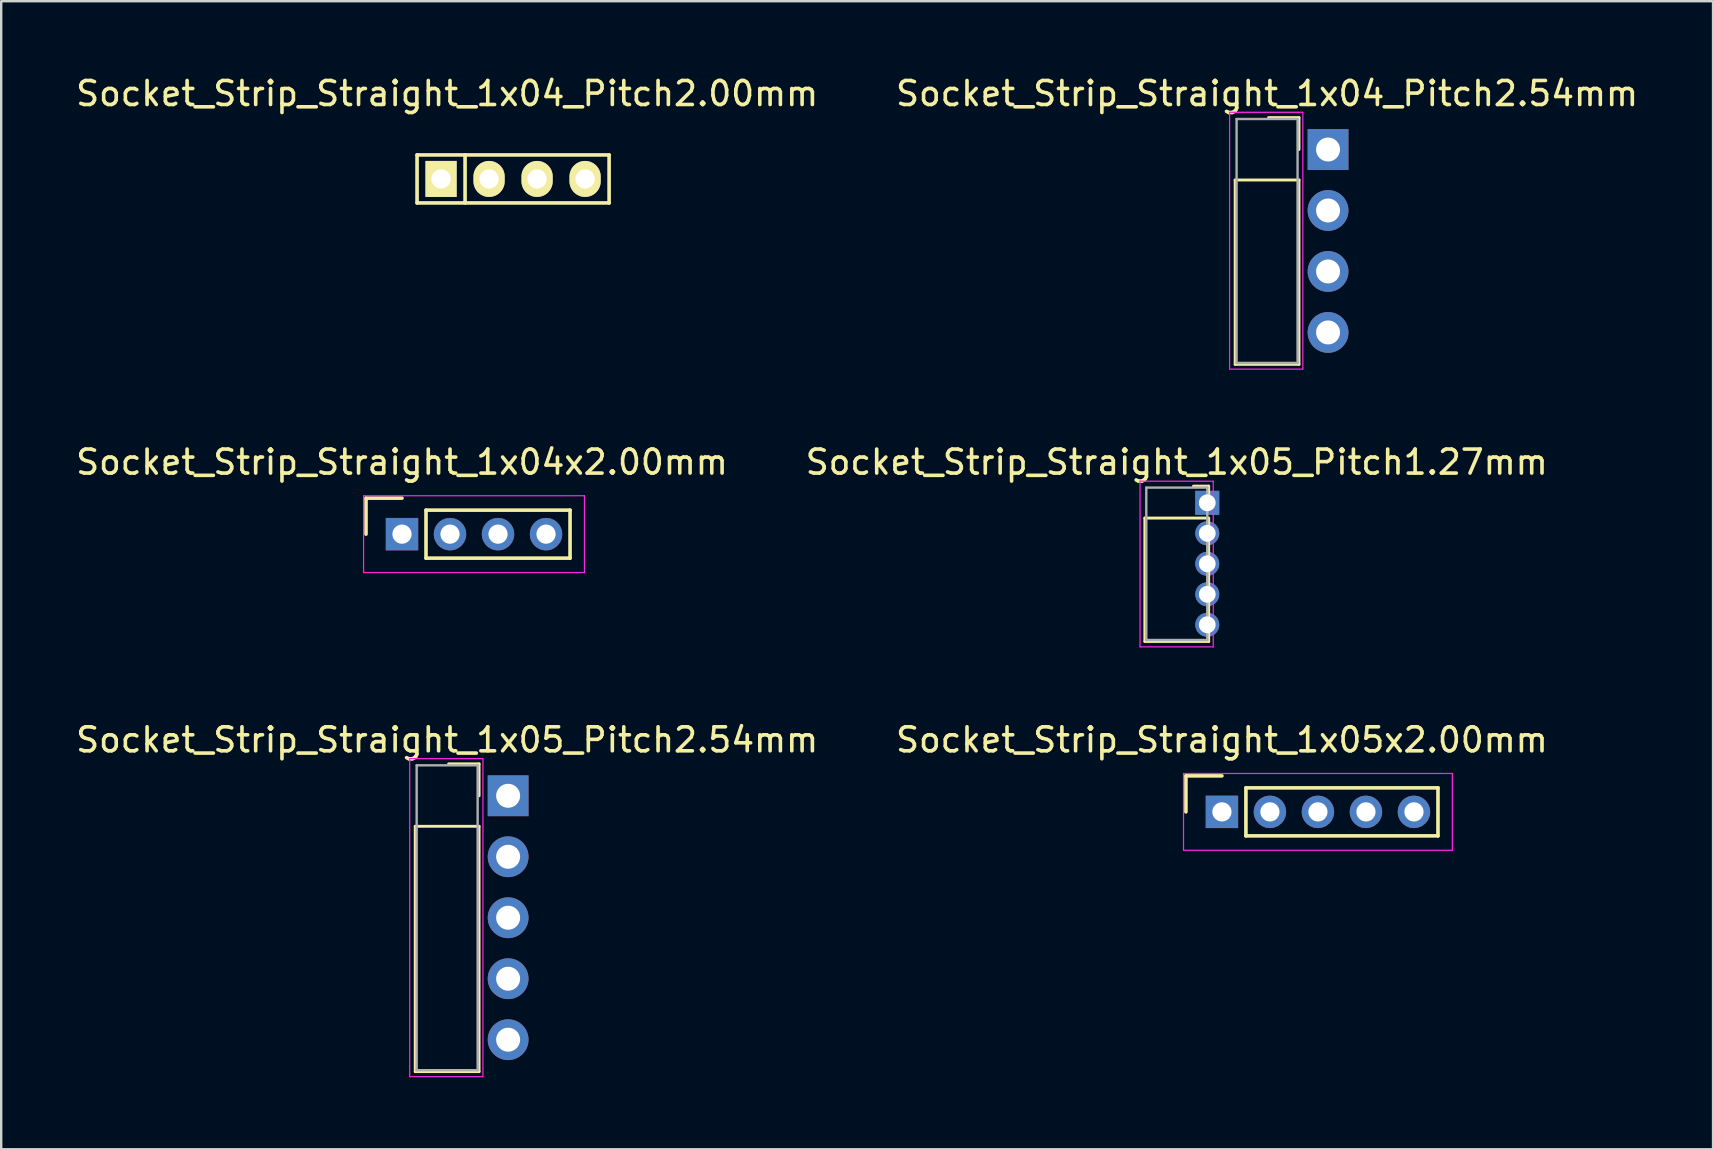
<source format=kicad_pcb>
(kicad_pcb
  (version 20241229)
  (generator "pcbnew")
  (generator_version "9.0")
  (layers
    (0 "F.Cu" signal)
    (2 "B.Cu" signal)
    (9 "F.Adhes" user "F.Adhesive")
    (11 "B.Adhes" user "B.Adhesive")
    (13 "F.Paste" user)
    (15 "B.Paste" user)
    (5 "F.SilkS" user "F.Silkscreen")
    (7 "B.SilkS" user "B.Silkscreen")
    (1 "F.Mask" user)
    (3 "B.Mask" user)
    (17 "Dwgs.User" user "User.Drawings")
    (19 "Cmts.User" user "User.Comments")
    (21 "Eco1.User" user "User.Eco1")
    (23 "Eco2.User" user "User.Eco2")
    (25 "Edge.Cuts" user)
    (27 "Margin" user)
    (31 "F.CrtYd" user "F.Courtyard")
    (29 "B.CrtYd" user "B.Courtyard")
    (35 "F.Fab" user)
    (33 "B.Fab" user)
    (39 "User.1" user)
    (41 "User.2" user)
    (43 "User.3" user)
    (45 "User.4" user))
  (footprint "Socket_Strip_Straight_1x05x2.00mm"
    (layer "F.Cu")
    (at 47.851 30.77)
    (property "Reference" "Socket_Strip_Straight_1x05x2.00mm" (at 0 -3 0) (layer "F.SilkS") (effects (font (size 1 1) (thickness 0.15))))
    (attr through_hole)
    (fp_line (start -1.5 -1.5) (end -1.5 0) (stroke (width 0.15) (type solid)) (layer "F.SilkS"))
    (fp_line (start 0 -1.5) (end -1.5 -1.5) (stroke (width 0.15) (type solid)) (layer "F.SilkS"))
    (fp_line (start 1 -1) (end 1 1) (stroke (width 0.15) (type solid)) (layer "F.SilkS"))
    (fp_line (start 1 1) (end 9 1) (stroke (width 0.15) (type solid)) (layer "F.SilkS"))
    (fp_line (start 9 -1) (end 1 -1) (stroke (width 0.15) (type solid)) (layer "F.SilkS"))
    (fp_line (start 9 1) (end 9 -1) (stroke (width 0.15) (type solid)) (layer "F.SilkS"))
    (fp_line (start -1.6 -1.6) (end -1.6 1.6) (stroke (width 0.05) (type solid)) (layer "F.CrtYd"))
    (fp_line (start -1.6 1.6) (end 9.6 1.6) (stroke (width 0.05) (type solid)) (layer "F.CrtYd"))
    (fp_line (start 9.6 -1.6) (end -1.6 -1.6) (stroke (width 0.05) (type solid)) (layer "F.CrtYd"))
    (fp_line (start 9.6 1.6) (end 9.6 -1.6) (stroke (width 0.05) (type solid)) (layer "F.CrtYd"))
    (pad "1" thru_hole rect (at 0 0) (size 1.35 1.35) (drill 0.8) (layers "*.Cu" "*.Mask"))
    (pad "2" thru_hole circle (at 2 0) (size 1.35 1.35) (drill 0.8) (layers "*.Cu" "*.Mask"))
    (pad "3" thru_hole circle (at 4 0) (size 1.35 1.35) (drill 0.8) (layers "*.Cu" "*.Mask"))
    (pad "4" thru_hole circle (at 6 0) (size 1.35 1.35) (drill 0.8) (layers "*.Cu" "*.Mask"))
    (pad "5" thru_hole circle (at 8 0) (size 1.35 1.35) (drill 0.8) (layers "*.Cu" "*.Mask")))
  (footprint "Socket_Strip_Straight_1x05_Pitch2.54mm"
    (layer "F.Cu")
    (at 18.117 30.1)
    (property "Reference" "Socket_Strip_Straight_1x05_Pitch2.54mm" (at -2.54 -2.33 0) (layer "F.SilkS") (effects (font (size 1 1) (thickness 0.15))))
    (attr through_hole)
    (fp_line (start -3.87 1.27) (end -3.87 11.49) (stroke (width 0.12) (type solid)) (layer "F.SilkS"))
    (fp_line (start -3.87 11.49) (end -1.21 11.49) (stroke (width 0.12) (type solid)) (layer "F.SilkS"))
    (fp_line (start -1.21 -1.33) (end -2.48 -1.33) (stroke (width 0.12) (type solid)) (layer "F.SilkS"))
    (fp_line (start -1.21 0) (end -1.21 -1.33) (stroke (width 0.12) (type solid)) (layer "F.SilkS"))
    (fp_line (start -1.21 1.27) (end -3.87 1.27) (stroke (width 0.12) (type solid)) (layer "F.SilkS"))
    (fp_line (start -1.21 11.49) (end -1.21 1.27) (stroke (width 0.12) (type solid)) (layer "F.SilkS"))
    (fp_line (start -4.1 -1.55) (end -4.1 11.7) (stroke (width 0.05) (type solid)) (layer "F.CrtYd"))
    (fp_line (start -4.1 11.7) (end -1.05 11.7) (stroke (width 0.05) (type solid)) (layer "F.CrtYd"))
    (fp_line (start -1.05 -1.55) (end -4.1 -1.55) (stroke (width 0.05) (type solid)) (layer "F.CrtYd"))
    (fp_line (start -1.05 11.7) (end -1.05 -1.55) (stroke (width 0.05) (type solid)) (layer "F.CrtYd"))
    (fp_line (start -3.81 -1.27) (end -3.81 11.43) (stroke (width 0.1) (type solid)) (layer "F.Fab"))
    (fp_line (start -3.81 11.43) (end -1.27 11.43) (stroke (width 0.1) (type solid)) (layer "F.Fab"))
    (fp_line (start -1.27 -1.27) (end -3.81 -1.27) (stroke (width 0.1) (type solid)) (layer "F.Fab"))
    (fp_line (start -1.27 11.43) (end -1.27 -1.27) (stroke (width 0.1) (type solid)) (layer "F.Fab"))
    (pad "1" thru_hole rect (at 0 0) (size 1.7 1.7) (drill 1) (layers "*.Cu" "*.Mask"))
    (pad "2" thru_hole oval (at 0 2.54) (size 1.7 1.7) (drill 1) (layers "*.Cu" "*.Mask"))
    (pad "3" thru_hole oval (at 0 5.08) (size 1.7 1.7) (drill 1) (layers "*.Cu" "*.Mask"))
    (pad "4" thru_hole oval (at 0 7.62) (size 1.7 1.7) (drill 1) (layers "*.Cu" "*.Mask"))
    (pad "5" thru_hole oval (at 0 10.16) (size 1.7 1.7) (drill 1) (layers "*.Cu" "*.Mask")))
  (footprint "Socket_Strip_Straight_1x04_Pitch2.54mm"
    (layer "F.Cu")
    (at 52.272 3.178)
    (property "Reference" "Socket_Strip_Straight_1x04_Pitch2.54mm" (at -2.54 -2.33 0) (layer "F.SilkS") (effects (font (size 1 1) (thickness 0.15))))
    (attr through_hole)
    (fp_line (start -3.87 1.27) (end -3.87 8.95) (stroke (width 0.12) (type solid)) (layer "F.SilkS"))
    (fp_line (start -3.87 8.95) (end -1.21 8.95) (stroke (width 0.12) (type solid)) (layer "F.SilkS"))
    (fp_line (start -1.21 -1.33) (end -2.48 -1.33) (stroke (width 0.12) (type solid)) (layer "F.SilkS"))
    (fp_line (start -1.21 0) (end -1.21 -1.33) (stroke (width 0.12) (type solid)) (layer "F.SilkS"))
    (fp_line (start -1.21 1.27) (end -3.87 1.27) (stroke (width 0.12) (type solid)) (layer "F.SilkS"))
    (fp_line (start -1.21 8.95) (end -1.21 1.27) (stroke (width 0.12) (type solid)) (layer "F.SilkS"))
    (fp_line (start -4.1 -1.55) (end -4.1 9.15) (stroke (width 0.05) (type solid)) (layer "F.CrtYd"))
    (fp_line (start -4.1 9.15) (end -1.05 9.15) (stroke (width 0.05) (type solid)) (layer "F.CrtYd"))
    (fp_line (start -1.05 -1.55) (end -4.1 -1.55) (stroke (width 0.05) (type solid)) (layer "F.CrtYd"))
    (fp_line (start -1.05 9.15) (end -1.05 -1.55) (stroke (width 0.05) (type solid)) (layer "F.CrtYd"))
    (fp_line (start -3.81 -1.27) (end -3.81 8.89) (stroke (width 0.1) (type solid)) (layer "F.Fab"))
    (fp_line (start -3.81 8.89) (end -1.27 8.89) (stroke (width 0.1) (type solid)) (layer "F.Fab"))
    (fp_line (start -1.27 -1.27) (end -3.81 -1.27) (stroke (width 0.1) (type solid)) (layer "F.Fab"))
    (fp_line (start -1.27 8.89) (end -1.27 -1.27) (stroke (width 0.1) (type solid)) (layer "F.Fab"))
    (pad "1" thru_hole rect (at 0 0) (size 1.7 1.7) (drill 1) (layers "*.Cu" "*.Mask"))
    (pad "2" thru_hole oval (at 0 2.54) (size 1.7 1.7) (drill 1) (layers "*.Cu" "*.Mask"))
    (pad "3" thru_hole oval (at 0 5.08) (size 1.7 1.7) (drill 1) (layers "*.Cu" "*.Mask"))
    (pad "4" thru_hole oval (at 0 7.62) (size 1.7 1.7) (drill 1) (layers "*.Cu" "*.Mask")))
  (footprint "Socket_Strip_Straight_1x04x2.00mm"
    (layer "F.Cu")
    (at 13.696 19.201)
    (property "Reference" "Socket_Strip_Straight_1x04x2.00mm" (at 0 -3 0) (layer "F.SilkS") (effects (font (size 1 1) (thickness 0.15))))
    (attr through_hole)
    (fp_line (start -1.5 -1.5) (end -1.5 0) (stroke (width 0.15) (type solid)) (layer "F.SilkS"))
    (fp_line (start 0 -1.5) (end -1.5 -1.5) (stroke (width 0.15) (type solid)) (layer "F.SilkS"))
    (fp_line (start 1 -1) (end 1 1) (stroke (width 0.15) (type solid)) (layer "F.SilkS"))
    (fp_line (start 1 1) (end 7 1) (stroke (width 0.15) (type solid)) (layer "F.SilkS"))
    (fp_line (start 7 -1) (end 1 -1) (stroke (width 0.15) (type solid)) (layer "F.SilkS"))
    (fp_line (start 7 1) (end 7 -1) (stroke (width 0.15) (type solid)) (layer "F.SilkS"))
    (fp_line (start -1.6 -1.6) (end -1.6 1.6) (stroke (width 0.05) (type solid)) (layer "F.CrtYd"))
    (fp_line (start -1.6 1.6) (end 7.6 1.6) (stroke (width 0.05) (type solid)) (layer "F.CrtYd"))
    (fp_line (start 7.6 -1.6) (end -1.6 -1.6) (stroke (width 0.05) (type solid)) (layer "F.CrtYd"))
    (fp_line (start 7.6 1.6) (end 7.6 -1.6) (stroke (width 0.05) (type solid)) (layer "F.CrtYd"))
    (pad "1" thru_hole rect (at 0 0) (size 1.35 1.35) (drill 0.8) (layers "*.Cu" "*.Mask"))
    (pad "2" thru_hole circle (at 2 0) (size 1.35 1.35) (drill 0.8) (layers "*.Cu" "*.Mask"))
    (pad "3" thru_hole circle (at 4 0) (size 1.35 1.35) (drill 0.8) (layers "*.Cu" "*.Mask"))
    (pad "4" thru_hole circle (at 6 0) (size 1.35 1.35) (drill 0.8) (layers "*.Cu" "*.Mask")))
  (footprint "Socket_Strip_Straight_1x05_Pitch1.27mm"
    (layer "F.Cu")
    (at 47.24 17.896)
    (property "Reference" "Socket_Strip_Straight_1x05_Pitch1.27mm" (at -1.27 -1.695 0) (layer "F.SilkS") (effects (font (size 1 1) (thickness 0.15))))
    (attr through_hole)
    (fp_line (start -2.6 0.635) (end -2.6 5.775) (stroke (width 0.12) (type solid)) (layer "F.SilkS"))
    (fp_line (start -2.6 5.775) (end 0.06 5.775) (stroke (width 0.12) (type solid)) (layer "F.SilkS"))
    (fp_line (start 0.06 -0.695) (end -0.575 -0.695) (stroke (width 0.12) (type solid)) (layer "F.SilkS"))
    (fp_line (start 0.06 0) (end 0.06 -0.695) (stroke (width 0.12) (type solid)) (layer "F.SilkS"))
    (fp_line (start 0.06 0.635) (end -2.6 0.635) (stroke (width 0.12) (type solid)) (layer "F.SilkS"))
    (fp_line (start 0.06 5.775) (end 0.06 0.635) (stroke (width 0.12) (type solid)) (layer "F.SilkS"))
    (fp_line (start -2.8 -0.9) (end -2.8 6) (stroke (width 0.05) (type solid)) (layer "F.CrtYd"))
    (fp_line (start -2.8 6) (end 0.25 6) (stroke (width 0.05) (type solid)) (layer "F.CrtYd"))
    (fp_line (start 0.25 -0.9) (end -2.8 -0.9) (stroke (width 0.05) (type solid)) (layer "F.CrtYd"))
    (fp_line (start 0.25 6) (end 0.25 -0.9) (stroke (width 0.05) (type solid)) (layer "F.CrtYd"))
    (fp_line (start -2.54 -0.635) (end -2.54 5.715) (stroke (width 0.1) (type solid)) (layer "F.Fab"))
    (fp_line (start -2.54 5.715) (end 0 5.715) (stroke (width 0.1) (type solid)) (layer "F.Fab"))
    (fp_line (start 0 -0.635) (end -2.54 -0.635) (stroke (width 0.1) (type solid)) (layer "F.Fab"))
    (fp_line (start 0 5.715) (end 0 -0.635) (stroke (width 0.1) (type solid)) (layer "F.Fab"))
    (pad "1" thru_hole rect (at 0 0) (size 1 1) (drill 0.7) (layers "*.Cu" "*.Mask"))
    (pad "2" thru_hole oval (at 0 1.27) (size 1 1) (drill 0.7) (layers "*.Cu" "*.Mask"))
    (pad "3" thru_hole oval (at 0 2.54) (size 1 1) (drill 0.7) (layers "*.Cu" "*.Mask"))
    (pad "4" thru_hole oval (at 0 3.81) (size 1 1) (drill 0.7) (layers "*.Cu" "*.Mask"))
    (pad "5" thru_hole oval (at 0 5.08) (size 1 1) (drill 0.7) (layers "*.Cu" "*.Mask")))
  (footprint "Socket_Strip_Straight_1x04_Pitch2.00mm"
    (layer "F.Cu")
    (at 15.323 4.404)
    (property "Reference" "Socket_Strip_Straight_1x04_Pitch2.00mm" (at 0.254 -3.556 0) (layer "F.SilkS") (effects (font (size 1 1) (thickness 0.15))))
    (attr through_hole)
    (fp_line (start -1 -1) (end 7 -1) (stroke (width 0.15) (type solid)) (layer "F.SilkS"))
    (fp_line (start -1 1) (end -1 -1) (stroke (width 0.15) (type solid)) (layer "F.SilkS"))
    (fp_line (start 1 -1) (end 1 1) (stroke (width 0.15) (type solid)) (layer "F.SilkS"))
    (fp_line (start 7 -1) (end 7 1) (stroke (width 0.15) (type solid)) (layer "F.SilkS"))
    (fp_line (start 7 1) (end -1 1) (stroke (width 0.15) (type solid)) (layer "F.SilkS"))
    (pad "1" thru_hole rect (at 0 0) (size 1.3 1.5) (drill 0.8) (layers "*.Cu" "*.Mask" "F.SilkS"))
    (pad "2" thru_hole oval (at 2 0) (size 1.3 1.5) (drill 0.8) (layers "*.Cu" "*.Mask" "F.SilkS"))
    (pad "3" thru_hole oval (at 4 0) (size 1.3 1.5) (drill 0.8) (layers "*.Cu" "*.Mask" "F.SilkS"))
    (pad "4" thru_hole oval (at 6 0) (size 1.3 1.5) (drill 0.8) (layers "*.Cu" "*.Mask" "F.SilkS")))
  (gr_rect
    (start -3 -3)
    (end 68.31 44.825)
    (stroke (width 0.1) (type default))
    (fill no)
    (layer "Edge.Cuts")))
</source>
